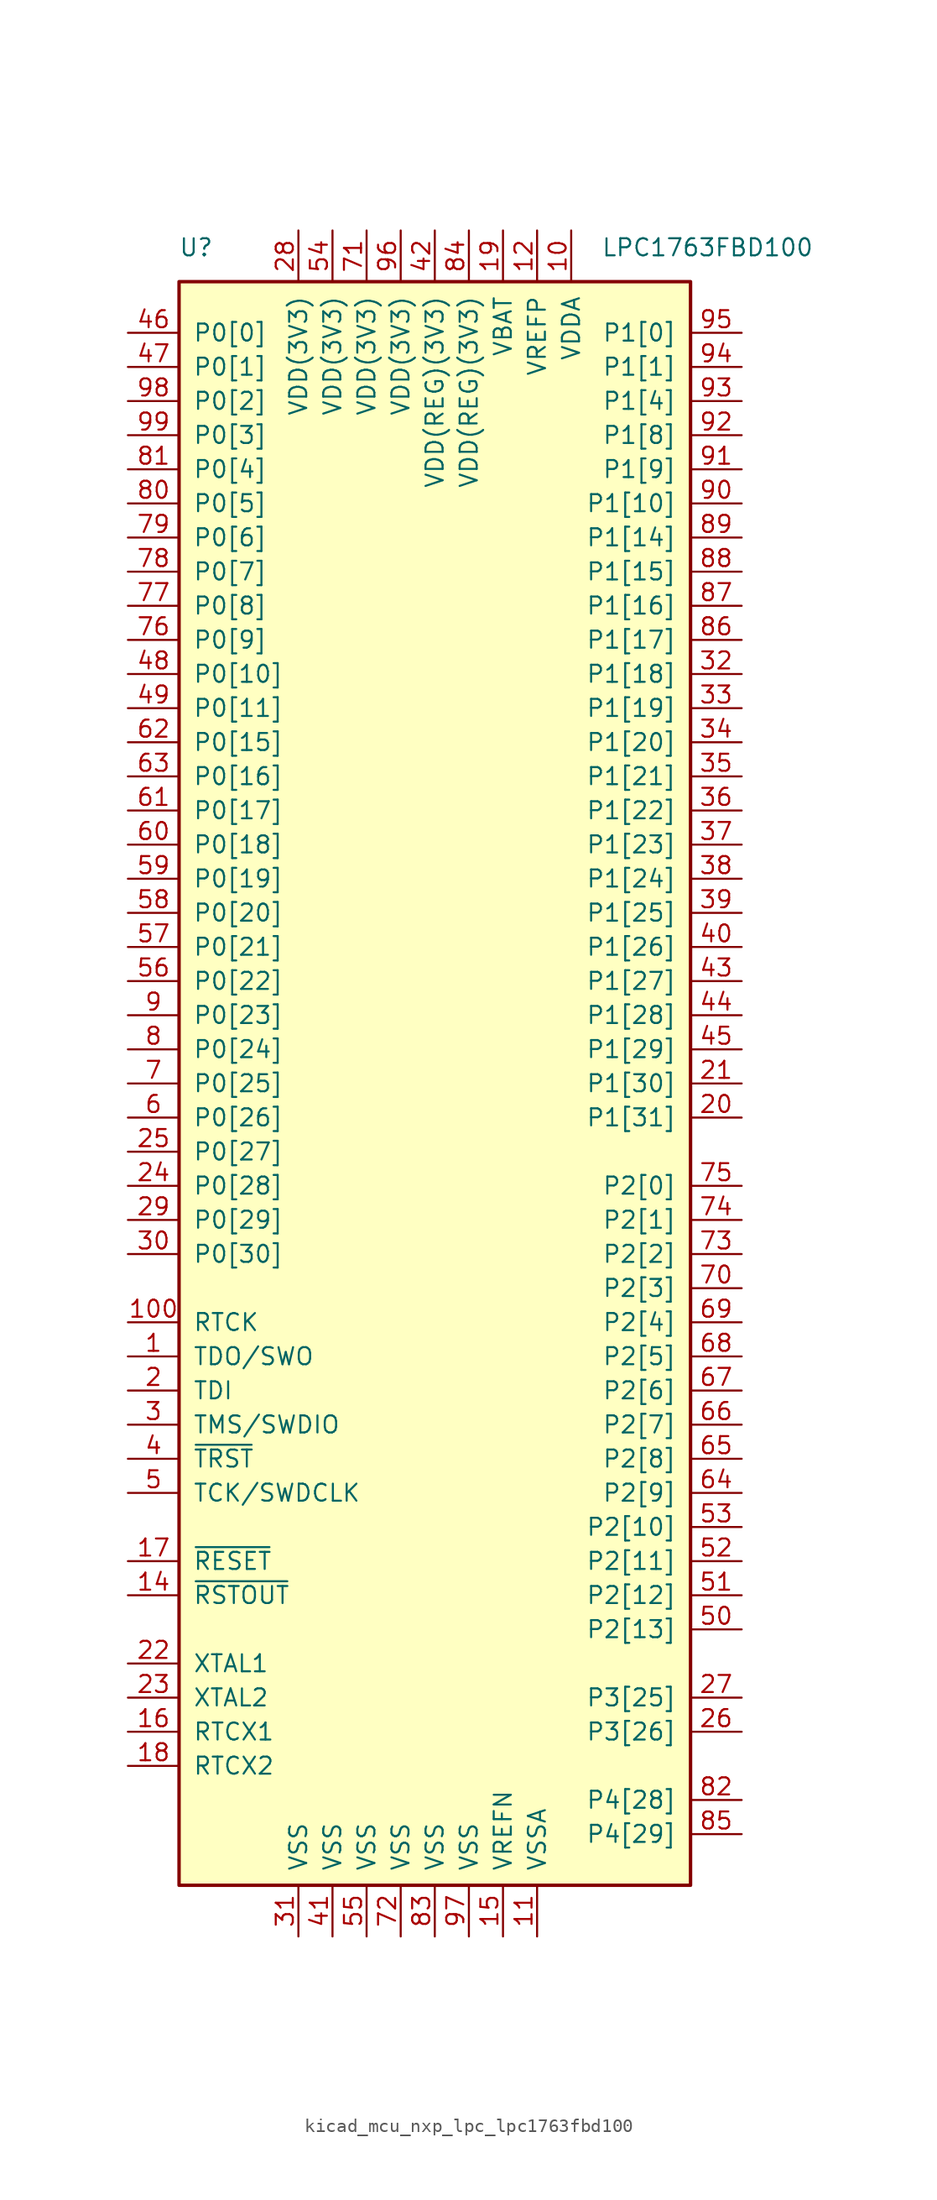
<source format=kicad_sym>
(kicad_symbol_lib
  (version 20220914)
  (generator kicad_symbol_editor)
  (symbol "kicad_mcu_nxp_lpc_lpc1763fbd100"
    (pin_names
      (offset 1.016))
    (property "Reference" "U"
      (at -17.78 62.23 0)
      (effects (font (size 1.27 1.27))))
    (property "Value" "LPC1763FBD100"
      (at 20.32 62.23 0)
      (effects (font (size 1.27 1.27))))
    (symbol "kicad_mcu_nxp_lpc_lpc1763fbd100_0_1"
      (rectangle (start -19.05 59.69) (end 19.05 -59.69) (stroke (width 0.254) (type default)) (fill (type background))))
    (symbol "kicad_mcu_nxp_lpc_lpc1763fbd100_1_1"
      (pin output line (at -22.86 -20.32 0) (length 3.81) (name "TDO/SWO" (effects (font (size 1.27 1.27)))) (number "1" (effects (font (size 1.27 1.27)))))
      (pin power_in line (at 10.16 63.5 270) (length 3.81) (name "VDDA" (effects (font (size 1.27 1.27)))) (number "10" (effects (font (size 1.27 1.27)))))
      (pin output line (at -22.86 -17.78 0) (length 3.81) (name "RTCK" (effects (font (size 1.27 1.27)))) (number "100" (effects (font (size 1.27 1.27)))))
      (pin power_in line (at 7.62 -63.5 90) (length 3.81) (name "VSSA" (effects (font (size 1.27 1.27)))) (number "11" (effects (font (size 1.27 1.27)))))
      (pin power_in line (at 7.62 63.5 270) (length 3.81) (name "VREFP" (effects (font (size 1.27 1.27)))) (number "12" (effects (font (size 1.27 1.27)))))
      (pin no_connect line (at -19.05 -55.88 0) (length 3.81) hide (name "NC" (effects (font (size 1.27 1.27)))) (number "13" (effects (font (size 1.27 1.27)))))
      (pin output line (at -22.86 -38.1 0) (length 3.81) (name "~{RSTOUT}" (effects (font (size 1.27 1.27)))) (number "14" (effects (font (size 1.27 1.27)))))
      (pin power_in line (at 5.08 -63.5 90) (length 3.81) (name "VREFN" (effects (font (size 1.27 1.27)))) (number "15" (effects (font (size 1.27 1.27)))))
      (pin input line (at -22.86 -48.26 0) (length 3.81) (name "RTCX1" (effects (font (size 1.27 1.27)))) (number "16" (effects (font (size 1.27 1.27)))))
      (pin input line (at -22.86 -35.56 0) (length 3.81) (name "~{RESET}" (effects (font (size 1.27 1.27)))) (number "17" (effects (font (size 1.27 1.27)))))
      (pin output line (at -22.86 -50.8 0) (length 3.81) (name "RTCX2" (effects (font (size 1.27 1.27)))) (number "18" (effects (font (size 1.27 1.27)))))
      (pin power_in line (at 5.08 63.5 270) (length 3.81) (name "VBAT" (effects (font (size 1.27 1.27)))) (number "19" (effects (font (size 1.27 1.27)))))
      (pin input line (at -22.86 -22.86 0) (length 3.81) (name "TDI" (effects (font (size 1.27 1.27)))) (number "2" (effects (font (size 1.27 1.27)))))
      (pin bidirectional line (at 22.86 -2.54 180) (length 3.81) (name "P1[31]" (effects (font (size 1.27 1.27)))) (number "20" (effects (font (size 1.27 1.27)))))
      (pin bidirectional line (at 22.86 0 180) (length 3.81) (name "P1[30]" (effects (font (size 1.27 1.27)))) (number "21" (effects (font (size 1.27 1.27)))))
      (pin input line (at -22.86 -43.18 0) (length 3.81) (name "XTAL1" (effects (font (size 1.27 1.27)))) (number "22" (effects (font (size 1.27 1.27)))))
      (pin output line (at -22.86 -45.72 0) (length 3.81) (name "XTAL2" (effects (font (size 1.27 1.27)))) (number "23" (effects (font (size 1.27 1.27)))))
      (pin bidirectional line (at -22.86 -7.62 0) (length 3.81) (name "P0[28]" (effects (font (size 1.27 1.27)))) (number "24" (effects (font (size 1.27 1.27)))))
      (pin bidirectional line (at -22.86 -5.08 0) (length 3.81) (name "P0[27]" (effects (font (size 1.27 1.27)))) (number "25" (effects (font (size 1.27 1.27)))))
      (pin bidirectional line (at 22.86 -48.26 180) (length 3.81) (name "P3[26]" (effects (font (size 1.27 1.27)))) (number "26" (effects (font (size 1.27 1.27)))))
      (pin bidirectional line (at 22.86 -45.72 180) (length 3.81) (name "P3[25]" (effects (font (size 1.27 1.27)))) (number "27" (effects (font (size 1.27 1.27)))))
      (pin power_in line (at -10.16 63.5 270) (length 3.81) (name "VDD(3V3)" (effects (font (size 1.27 1.27)))) (number "28" (effects (font (size 1.27 1.27)))))
      (pin bidirectional line (at -22.86 -10.16 0) (length 3.81) (name "P0[29]" (effects (font (size 1.27 1.27)))) (number "29" (effects (font (size 1.27 1.27)))))
      (pin bidirectional line (at -22.86 -25.4 0) (length 3.81) (name "TMS/SWDIO" (effects (font (size 1.27 1.27)))) (number "3" (effects (font (size 1.27 1.27)))))
      (pin bidirectional line (at -22.86 -12.7 0) (length 3.81) (name "P0[30]" (effects (font (size 1.27 1.27)))) (number "30" (effects (font (size 1.27 1.27)))))
      (pin power_in line (at -10.16 -63.5 90) (length 3.81) (name "VSS" (effects (font (size 1.27 1.27)))) (number "31" (effects (font (size 1.27 1.27)))))
      (pin bidirectional line (at 22.86 30.48 180) (length 3.81) (name "P1[18]" (effects (font (size 1.27 1.27)))) (number "32" (effects (font (size 1.27 1.27)))))
      (pin bidirectional line (at 22.86 27.94 180) (length 3.81) (name "P1[19]" (effects (font (size 1.27 1.27)))) (number "33" (effects (font (size 1.27 1.27)))))
      (pin bidirectional line (at 22.86 25.4 180) (length 3.81) (name "P1[20]" (effects (font (size 1.27 1.27)))) (number "34" (effects (font (size 1.27 1.27)))))
      (pin bidirectional line (at 22.86 22.86 180) (length 3.81) (name "P1[21]" (effects (font (size 1.27 1.27)))) (number "35" (effects (font (size 1.27 1.27)))))
      (pin bidirectional line (at 22.86 20.32 180) (length 3.81) (name "P1[22]" (effects (font (size 1.27 1.27)))) (number "36" (effects (font (size 1.27 1.27)))))
      (pin bidirectional line (at 22.86 17.78 180) (length 3.81) (name "P1[23]" (effects (font (size 1.27 1.27)))) (number "37" (effects (font (size 1.27 1.27)))))
      (pin bidirectional line (at 22.86 15.24 180) (length 3.81) (name "P1[24]" (effects (font (size 1.27 1.27)))) (number "38" (effects (font (size 1.27 1.27)))))
      (pin bidirectional line (at 22.86 12.7 180) (length 3.81) (name "P1[25]" (effects (font (size 1.27 1.27)))) (number "39" (effects (font (size 1.27 1.27)))))
      (pin input line (at -22.86 -27.94 0) (length 3.81) (name "~{TRST}" (effects (font (size 1.27 1.27)))) (number "4" (effects (font (size 1.27 1.27)))))
      (pin bidirectional line (at 22.86 10.16 180) (length 3.81) (name "P1[26]" (effects (font (size 1.27 1.27)))) (number "40" (effects (font (size 1.27 1.27)))))
      (pin power_in line (at -7.62 -63.5 90) (length 3.81) (name "VSS" (effects (font (size 1.27 1.27)))) (number "41" (effects (font (size 1.27 1.27)))))
      (pin power_in line (at 0 63.5 270) (length 3.81) (name "VDD(REG)(3V3)" (effects (font (size 1.27 1.27)))) (number "42" (effects (font (size 1.27 1.27)))))
      (pin bidirectional line (at 22.86 7.62 180) (length 3.81) (name "P1[27]" (effects (font (size 1.27 1.27)))) (number "43" (effects (font (size 1.27 1.27)))))
      (pin bidirectional line (at 22.86 5.08 180) (length 3.81) (name "P1[28]" (effects (font (size 1.27 1.27)))) (number "44" (effects (font (size 1.27 1.27)))))
      (pin bidirectional line (at 22.86 2.54 180) (length 3.81) (name "P1[29]" (effects (font (size 1.27 1.27)))) (number "45" (effects (font (size 1.27 1.27)))))
      (pin bidirectional line (at -22.86 55.88 0) (length 3.81) (name "P0[0]" (effects (font (size 1.27 1.27)))) (number "46" (effects (font (size 1.27 1.27)))))
      (pin bidirectional line (at -22.86 53.34 0) (length 3.81) (name "P0[1]" (effects (font (size 1.27 1.27)))) (number "47" (effects (font (size 1.27 1.27)))))
      (pin bidirectional line (at -22.86 30.48 0) (length 3.81) (name "P0[10]" (effects (font (size 1.27 1.27)))) (number "48" (effects (font (size 1.27 1.27)))))
      (pin bidirectional line (at -22.86 27.94 0) (length 3.81) (name "P0[11]" (effects (font (size 1.27 1.27)))) (number "49" (effects (font (size 1.27 1.27)))))
      (pin input line (at -22.86 -30.48 0) (length 3.81) (name "TCK/SWDCLK" (effects (font (size 1.27 1.27)))) (number "5" (effects (font (size 1.27 1.27)))))
      (pin bidirectional line (at 22.86 -40.64 180) (length 3.81) (name "P2[13]" (effects (font (size 1.27 1.27)))) (number "50" (effects (font (size 1.27 1.27)))))
      (pin bidirectional line (at 22.86 -38.1 180) (length 3.81) (name "P2[12]" (effects (font (size 1.27 1.27)))) (number "51" (effects (font (size 1.27 1.27)))))
      (pin bidirectional line (at 22.86 -35.56 180) (length 3.81) (name "P2[11]" (effects (font (size 1.27 1.27)))) (number "52" (effects (font (size 1.27 1.27)))))
      (pin bidirectional line (at 22.86 -33.02 180) (length 3.81) (name "P2[10]" (effects (font (size 1.27 1.27)))) (number "53" (effects (font (size 1.27 1.27)))))
      (pin power_in line (at -7.62 63.5 270) (length 3.81) (name "VDD(3V3)" (effects (font (size 1.27 1.27)))) (number "54" (effects (font (size 1.27 1.27)))))
      (pin power_in line (at -5.08 -63.5 90) (length 3.81) (name "VSS" (effects (font (size 1.27 1.27)))) (number "55" (effects (font (size 1.27 1.27)))))
      (pin bidirectional line (at -22.86 7.62 0) (length 3.81) (name "P0[22]" (effects (font (size 1.27 1.27)))) (number "56" (effects (font (size 1.27 1.27)))))
      (pin bidirectional line (at -22.86 10.16 0) (length 3.81) (name "P0[21]" (effects (font (size 1.27 1.27)))) (number "57" (effects (font (size 1.27 1.27)))))
      (pin bidirectional line (at -22.86 12.7 0) (length 3.81) (name "P0[20]" (effects (font (size 1.27 1.27)))) (number "58" (effects (font (size 1.27 1.27)))))
      (pin bidirectional line (at -22.86 15.24 0) (length 3.81) (name "P0[19]" (effects (font (size 1.27 1.27)))) (number "59" (effects (font (size 1.27 1.27)))))
      (pin bidirectional line (at -22.86 -2.54 0) (length 3.81) (name "P0[26]" (effects (font (size 1.27 1.27)))) (number "6" (effects (font (size 1.27 1.27)))))
      (pin bidirectional line (at -22.86 17.78 0) (length 3.81) (name "P0[18]" (effects (font (size 1.27 1.27)))) (number "60" (effects (font (size 1.27 1.27)))))
      (pin bidirectional line (at -22.86 20.32 0) (length 3.81) (name "P0[17]" (effects (font (size 1.27 1.27)))) (number "61" (effects (font (size 1.27 1.27)))))
      (pin bidirectional line (at -22.86 25.4 0) (length 3.81) (name "P0[15]" (effects (font (size 1.27 1.27)))) (number "62" (effects (font (size 1.27 1.27)))))
      (pin bidirectional line (at -22.86 22.86 0) (length 3.81) (name "P0[16]" (effects (font (size 1.27 1.27)))) (number "63" (effects (font (size 1.27 1.27)))))
      (pin bidirectional line (at 22.86 -30.48 180) (length 3.81) (name "P2[9]" (effects (font (size 1.27 1.27)))) (number "64" (effects (font (size 1.27 1.27)))))
      (pin bidirectional line (at 22.86 -27.94 180) (length 3.81) (name "P2[8]" (effects (font (size 1.27 1.27)))) (number "65" (effects (font (size 1.27 1.27)))))
      (pin bidirectional line (at 22.86 -25.4 180) (length 3.81) (name "P2[7]" (effects (font (size 1.27 1.27)))) (number "66" (effects (font (size 1.27 1.27)))))
      (pin bidirectional line (at 22.86 -22.86 180) (length 3.81) (name "P2[6]" (effects (font (size 1.27 1.27)))) (number "67" (effects (font (size 1.27 1.27)))))
      (pin bidirectional line (at 22.86 -20.32 180) (length 3.81) (name "P2[5]" (effects (font (size 1.27 1.27)))) (number "68" (effects (font (size 1.27 1.27)))))
      (pin bidirectional line (at 22.86 -17.78 180) (length 3.81) (name "P2[4]" (effects (font (size 1.27 1.27)))) (number "69" (effects (font (size 1.27 1.27)))))
      (pin bidirectional line (at -22.86 0 0) (length 3.81) (name "P0[25]" (effects (font (size 1.27 1.27)))) (number "7" (effects (font (size 1.27 1.27)))))
      (pin bidirectional line (at 22.86 -15.24 180) (length 3.81) (name "P2[3]" (effects (font (size 1.27 1.27)))) (number "70" (effects (font (size 1.27 1.27)))))
      (pin power_in line (at -5.08 63.5 270) (length 3.81) (name "VDD(3V3)" (effects (font (size 1.27 1.27)))) (number "71" (effects (font (size 1.27 1.27)))))
      (pin power_in line (at -2.54 -63.5 90) (length 3.81) (name "VSS" (effects (font (size 1.27 1.27)))) (number "72" (effects (font (size 1.27 1.27)))))
      (pin bidirectional line (at 22.86 -12.7 180) (length 3.81) (name "P2[2]" (effects (font (size 1.27 1.27)))) (number "73" (effects (font (size 1.27 1.27)))))
      (pin bidirectional line (at 22.86 -10.16 180) (length 3.81) (name "P2[1]" (effects (font (size 1.27 1.27)))) (number "74" (effects (font (size 1.27 1.27)))))
      (pin bidirectional line (at 22.86 -7.62 180) (length 3.81) (name "P2[0]" (effects (font (size 1.27 1.27)))) (number "75" (effects (font (size 1.27 1.27)))))
      (pin bidirectional line (at -22.86 33.02 0) (length 3.81) (name "P0[9]" (effects (font (size 1.27 1.27)))) (number "76" (effects (font (size 1.27 1.27)))))
      (pin bidirectional line (at -22.86 35.56 0) (length 3.81) (name "P0[8]" (effects (font (size 1.27 1.27)))) (number "77" (effects (font (size 1.27 1.27)))))
      (pin bidirectional line (at -22.86 38.1 0) (length 3.81) (name "P0[7]" (effects (font (size 1.27 1.27)))) (number "78" (effects (font (size 1.27 1.27)))))
      (pin bidirectional line (at -22.86 40.64 0) (length 3.81) (name "P0[6]" (effects (font (size 1.27 1.27)))) (number "79" (effects (font (size 1.27 1.27)))))
      (pin bidirectional line (at -22.86 2.54 0) (length 3.81) (name "P0[24]" (effects (font (size 1.27 1.27)))) (number "8" (effects (font (size 1.27 1.27)))))
      (pin bidirectional line (at -22.86 43.18 0) (length 3.81) (name "P0[5]" (effects (font (size 1.27 1.27)))) (number "80" (effects (font (size 1.27 1.27)))))
      (pin bidirectional line (at -22.86 45.72 0) (length 3.81) (name "P0[4]" (effects (font (size 1.27 1.27)))) (number "81" (effects (font (size 1.27 1.27)))))
      (pin bidirectional line (at 22.86 -53.34 180) (length 3.81) (name "P4[28]" (effects (font (size 1.27 1.27)))) (number "82" (effects (font (size 1.27 1.27)))))
      (pin power_in line (at 0 -63.5 90) (length 3.81) (name "VSS" (effects (font (size 1.27 1.27)))) (number "83" (effects (font (size 1.27 1.27)))))
      (pin power_in line (at 2.54 63.5 270) (length 3.81) (name "VDD(REG)(3V3)" (effects (font (size 1.27 1.27)))) (number "84" (effects (font (size 1.27 1.27)))))
      (pin bidirectional line (at 22.86 -55.88 180) (length 3.81) (name "P4[29]" (effects (font (size 1.27 1.27)))) (number "85" (effects (font (size 1.27 1.27)))))
      (pin bidirectional line (at 22.86 33.02 180) (length 3.81) (name "P1[17]" (effects (font (size 1.27 1.27)))) (number "86" (effects (font (size 1.27 1.27)))))
      (pin bidirectional line (at 22.86 35.56 180) (length 3.81) (name "P1[16]" (effects (font (size 1.27 1.27)))) (number "87" (effects (font (size 1.27 1.27)))))
      (pin bidirectional line (at 22.86 38.1 180) (length 3.81) (name "P1[15]" (effects (font (size 1.27 1.27)))) (number "88" (effects (font (size 1.27 1.27)))))
      (pin bidirectional line (at 22.86 40.64 180) (length 3.81) (name "P1[14]" (effects (font (size 1.27 1.27)))) (number "89" (effects (font (size 1.27 1.27)))))
      (pin bidirectional line (at -22.86 5.08 0) (length 3.81) (name "P0[23]" (effects (font (size 1.27 1.27)))) (number "9" (effects (font (size 1.27 1.27)))))
      (pin bidirectional line (at 22.86 43.18 180) (length 3.81) (name "P1[10]" (effects (font (size 1.27 1.27)))) (number "90" (effects (font (size 1.27 1.27)))))
      (pin bidirectional line (at 22.86 45.72 180) (length 3.81) (name "P1[9]" (effects (font (size 1.27 1.27)))) (number "91" (effects (font (size 1.27 1.27)))))
      (pin bidirectional line (at 22.86 48.26 180) (length 3.81) (name "P1[8]" (effects (font (size 1.27 1.27)))) (number "92" (effects (font (size 1.27 1.27)))))
      (pin bidirectional line (at 22.86 50.8 180) (length 3.81) (name "P1[4]" (effects (font (size 1.27 1.27)))) (number "93" (effects (font (size 1.27 1.27)))))
      (pin bidirectional line (at 22.86 53.34 180) (length 3.81) (name "P1[1]" (effects (font (size 1.27 1.27)))) (number "94" (effects (font (size 1.27 1.27)))))
      (pin bidirectional line (at 22.86 55.88 180) (length 3.81) (name "P1[0]" (effects (font (size 1.27 1.27)))) (number "95" (effects (font (size 1.27 1.27)))))
      (pin power_in line (at -2.54 63.5 270) (length 3.81) (name "VDD(3V3)" (effects (font (size 1.27 1.27)))) (number "96" (effects (font (size 1.27 1.27)))))
      (pin power_in line (at 2.54 -63.5 90) (length 3.81) (name "VSS" (effects (font (size 1.27 1.27)))) (number "97" (effects (font (size 1.27 1.27)))))
      (pin bidirectional line (at -22.86 50.8 0) (length 3.81) (name "P0[2]" (effects (font (size 1.27 1.27)))) (number "98" (effects (font (size 1.27 1.27)))))
      (pin bidirectional line (at -22.86 48.26 0) (length 3.81) (name "P0[3]" (effects (font (size 1.27 1.27)))) (number "99" (effects (font (size 1.27 1.27))))))))
</source>
